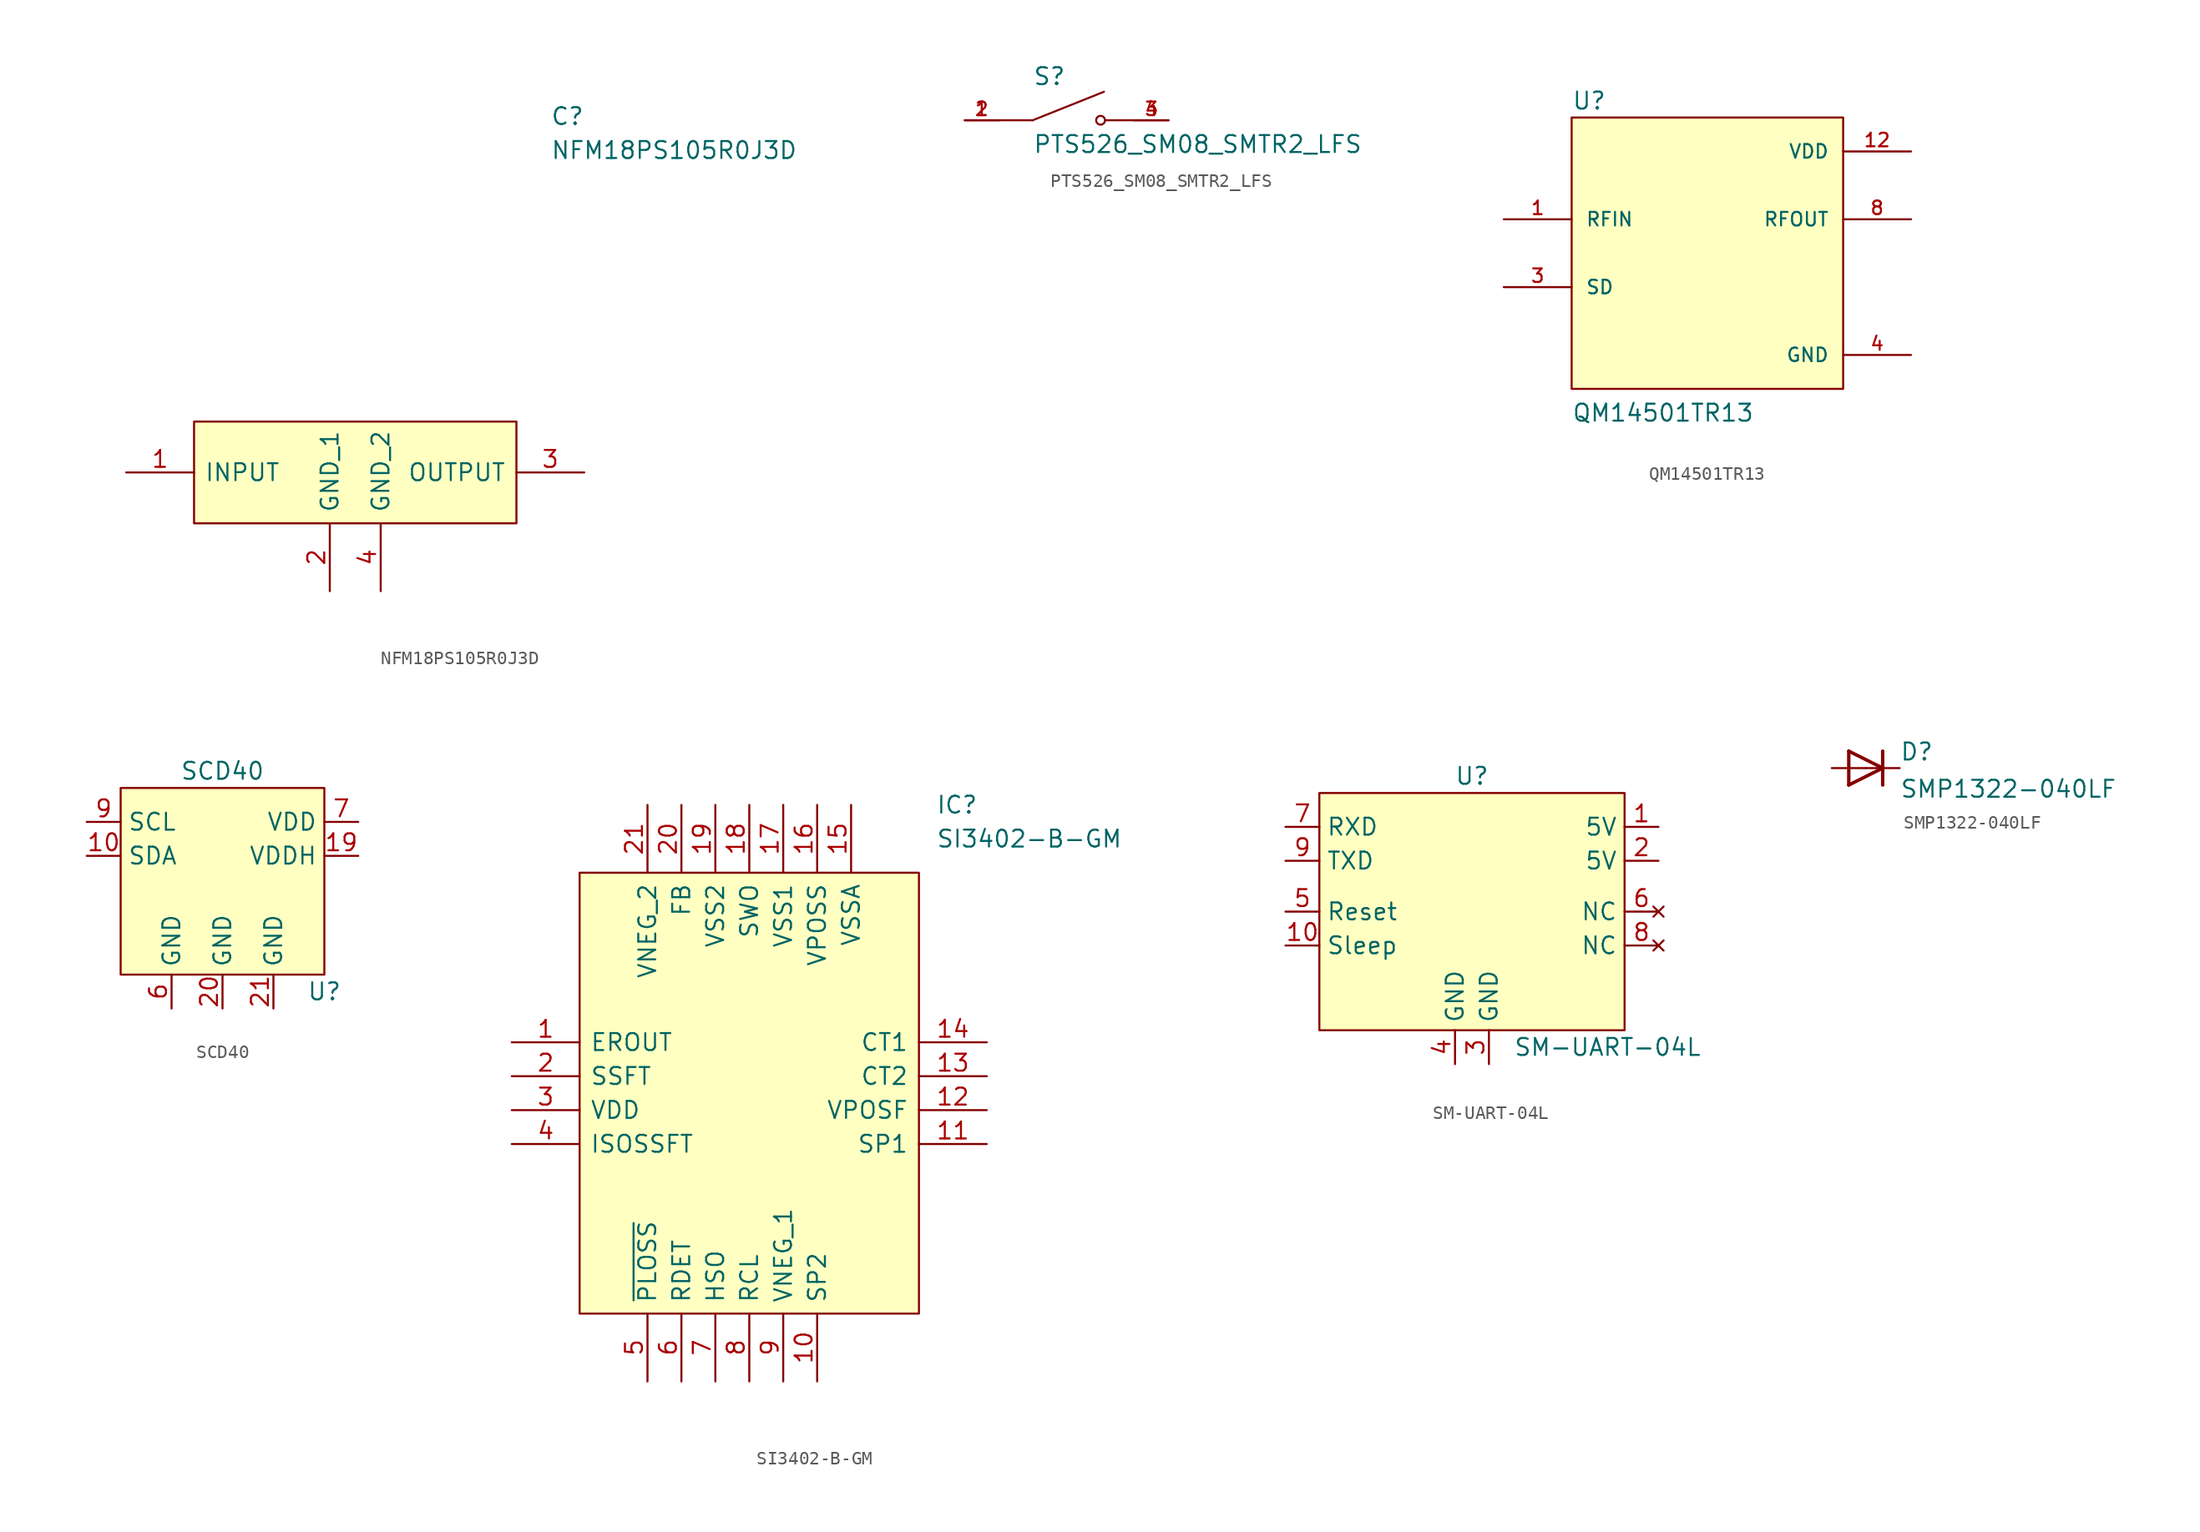
<source format=kicad_sym>
(kicad_symbol_lib
  (version 20211014)
  (generator kicad_symbol_editor)
  (symbol "NFM18PS105R0J3D"
    (pin_names
      (offset 0.762))
    (property "Reference" "C"
      (at 31.75 17.78 0)
      (effects (font (size 1.27 1.27)) (justify left)))
    (property "Value" "NFM18PS105R0J3D"
      (at 31.75 15.24 0)
      (effects (font (size 1.27 1.27)) (justify left)))
    (symbol "NFM18PS105R0J3D_0_0"
      (pin passive line (at 0 -8.89 0) (length 5.08) (name "INPUT" (effects (font (size 1.27 1.27)))) (number "1" (effects (font (size 1.27 1.27)))))
      (pin passive line (at 15.24 -17.78 90) (length 5.08) (name "GND_1" (effects (font (size 1.27 1.27)))) (number "2" (effects (font (size 1.27 1.27)))))
      (pin passive line (at 34.29 -8.89 180) (length 5.08) (name "OUTPUT" (effects (font (size 1.27 1.27)))) (number "3" (effects (font (size 1.27 1.27)))))
      (pin passive line (at 19.05 -17.78 90) (length 5.08) (name "GND_2" (effects (font (size 1.27 1.27)))) (number "4" (effects (font (size 1.27 1.27))))))
    (symbol "NFM18PS105R0J3D_0_1"
      (rectangle (start 5.08 -5.08) (end 29.21 -12.7) (stroke (width 0.152) (type default) (color 0 0 0 0)) (fill (type background)))))
  (symbol "PTS526_SM08_SMTR2_LFS"
    (pin_names
      (offset 1.016) hide)
    (property "Reference" "S"
      (at -2.54 2.54 0)
      (effects (font (size 1.27 1.27)) (justify left bottom)))
    (property "Value" "PTS526_SM08_SMTR2_LFS"
      (at -2.54 -2.54 0)
      (effects (font (size 1.27 1.27)) (justify left bottom)))
    (property "ki_locked" ""
      (at 0 0 0)
      (effects (font (size 1.27 1.27))))
    (symbol "PTS526_SM08_SMTR2_LFS_0_0"
      (polyline (pts (xy -2.54 0) (xy -5.08 0)) (stroke (width 0.152) (type default) (color 0 0 0 0)) (fill (type none)))
      (polyline (pts (xy -2.54 0) (xy 2.794 2.134)) (stroke (width 0.152) (type default) (color 0 0 0 0)) (fill (type none)))
      (polyline (pts (xy 5.08 0) (xy 2.921 0)) (stroke (width 0.152) (type default) (color 0 0 0 0)) (fill (type none)))
      (circle (center 2.54 0) (radius 0.33) (stroke (width 0.152) (type default) (color 0 0 0 0)) (fill (type none)))
      (pin passive line (at -7.62 0 0) (length 2.54) (name "~" (effects (font (size 1.016 1.016)))) (number "1" (effects (font (size 1.016 1.016)))))
      (pin passive line (at -7.62 0 0) (length 2.54) (name "~" (effects (font (size 1.016 1.016)))) (number "2" (effects (font (size 1.016 1.016)))))
      (pin passive line (at 7.62 0 180) (length 2.54) (name "~" (effects (font (size 1.016 1.016)))) (number "3" (effects (font (size 1.016 1.016)))))
      (pin passive line (at 7.62 0 180) (length 2.54) (name "~" (effects (font (size 1.016 1.016)))) (number "4" (effects (font (size 1.016 1.016)))))))
  (symbol "QM14501TR13"
    (pin_names
      (offset 1.016))
    (property "Reference" "U"
      (at -10.16 10.668 0)
      (effects (font (size 1.27 1.27)) (justify left bottom)))
    (property "Value" "QM14501TR13"
      (at -10.16 -12.7 0)
      (effects (font (size 1.27 1.27)) (justify left bottom)))
    (property "ki_locked" ""
      (at 0 0 0)
      (effects (font (size 1.27 1.27))))
    (symbol "QM14501TR13_0_0"
      (rectangle (start -10.16 -10.16) (end 10.16 10.16) (stroke (width 0.152) (type default) (color 0 0 0 0)) (fill (type background)))
      (pin input line (at -15.24 2.54 0) (length 5.08) (name "RFIN" (effects (font (size 1.016 1.016)))) (number "1" (effects (font (size 1.016 1.016)))))
      (pin power_in line (at 15.24 7.62 180) (length 5.08) (name "VDD" (effects (font (size 1.016 1.016)))) (number "12" (effects (font (size 1.016 1.016)))))
      (pin input line (at -15.24 -2.54 0) (length 5.08) (name "SD" (effects (font (size 1.016 1.016)))) (number "3" (effects (font (size 1.016 1.016)))))
      (pin power_in line (at 15.24 -7.62 180) (length 5.08) (name "GND" (effects (font (size 1.016 1.016)))) (number "4" (effects (font (size 1.016 1.016)))))
      (pin output line (at 15.24 2.54 180) (length 5.08) (name "RFOUT" (effects (font (size 1.016 1.016)))) (number "8" (effects (font (size 1.016 1.016)))))))
  (symbol "SCD40"
    (property "Reference" "U"
      (at 7.62 -10.16 0)
      (effects (font (size 1.27 1.27))))
    (property "Value" "SCD40"
      (at 0 6.35 0)
      (effects (font (size 1.27 1.27))))
    (symbol "SCD40_0_1"
      (rectangle (start -7.62 5.08) (end 7.62 -8.89) (stroke (width 0.152) (type default) (color 0 0 0 0)) (fill (type background))))
    (symbol "SCD40_1_1"
      (pin input line (at -10.16 0 0) (length 2.54) (name "SDA" (effects (font (size 1.27 1.27)))) (number "10" (effects (font (size 1.27 1.27)))))
      (pin input line (at 10.16 0 180) (length 2.54) (name "VDDH" (effects (font (size 1.27 1.27)))) (number "19" (effects (font (size 1.27 1.27)))))
      (pin input line (at 0 -11.43 90) (length 2.54) (name "GND" (effects (font (size 1.27 1.27)))) (number "20" (effects (font (size 1.27 1.27)))))
      (pin input line (at 3.81 -11.43 90) (length 2.54) (name "GND" (effects (font (size 1.27 1.27)))) (number "21" (effects (font (size 1.27 1.27)))))
      (pin input line (at -3.81 -11.43 90) (length 2.54) (name "GND" (effects (font (size 1.27 1.27)))) (number "6" (effects (font (size 1.27 1.27)))))
      (pin input line (at 10.16 2.54 180) (length 2.54) (name "VDD" (effects (font (size 1.27 1.27)))) (number "7" (effects (font (size 1.27 1.27)))))
      (pin input line (at -10.16 2.54 0) (length 2.54) (name "SCL" (effects (font (size 1.27 1.27)))) (number "9" (effects (font (size 1.27 1.27)))))))
  (symbol "SI3402-B-GM"
    (pin_names
      (offset 0.762))
    (property "Reference" "IC"
      (at 31.75 17.78 0)
      (effects (font (size 1.27 1.27)) (justify left)))
    (property "Value" "SI3402-B-GM"
      (at 31.75 15.24 0)
      (effects (font (size 1.27 1.27)) (justify left)))
    (symbol "SI3402-B-GM_0_0"
      (pin output line (at 0 0 0) (length 5.08) (name "EROUT" (effects (font (size 1.27 1.27)))) (number "1" (effects (font (size 1.27 1.27)))))
      (pin power_in line (at 22.86 -25.4 90) (length 5.08) (name "SP2" (effects (font (size 1.27 1.27)))) (number "10" (effects (font (size 1.27 1.27)))))
      (pin power_in line (at 35.56 -7.62 180) (length 5.08) (name "SP1" (effects (font (size 1.27 1.27)))) (number "11" (effects (font (size 1.27 1.27)))))
      (pin power_in line (at 35.56 -5.08 180) (length 5.08) (name "VPOSF" (effects (font (size 1.27 1.27)))) (number "12" (effects (font (size 1.27 1.27)))))
      (pin power_in line (at 35.56 -2.54 180) (length 5.08) (name "CT2" (effects (font (size 1.27 1.27)))) (number "13" (effects (font (size 1.27 1.27)))))
      (pin power_in line (at 35.56 0 180) (length 5.08) (name "CT1" (effects (font (size 1.27 1.27)))) (number "14" (effects (font (size 1.27 1.27)))))
      (pin power_in line (at 25.4 17.78 270) (length 5.08) (name "VSSA" (effects (font (size 1.27 1.27)))) (number "15" (effects (font (size 1.27 1.27)))))
      (pin unspecified line (at 22.86 17.78 270) (length 5.08) (name "VPOSS" (effects (font (size 1.27 1.27)))) (number "16" (effects (font (size 1.27 1.27)))))
      (pin unspecified line (at 20.32 17.78 270) (length 5.08) (name "VSS1" (effects (font (size 1.27 1.27)))) (number "17" (effects (font (size 1.27 1.27)))))
      (pin output line (at 17.78 17.78 270) (length 5.08) (name "SWO" (effects (font (size 1.27 1.27)))) (number "18" (effects (font (size 1.27 1.27)))))
      (pin power_in line (at 15.24 17.78 270) (length 5.08) (name "VSS2" (effects (font (size 1.27 1.27)))) (number "19" (effects (font (size 1.27 1.27)))))
      (pin unspecified line (at 0 -2.54 0) (length 5.08) (name "SSFT" (effects (font (size 1.27 1.27)))) (number "2" (effects (font (size 1.27 1.27)))))
      (pin input line (at 12.7 17.78 270) (length 5.08) (name "FB" (effects (font (size 1.27 1.27)))) (number "20" (effects (font (size 1.27 1.27)))))
      (pin power_in line (at 10.16 17.78 270) (length 5.08) (name "VNEG_2" (effects (font (size 1.27 1.27)))) (number "21" (effects (font (size 1.27 1.27)))))
      (pin power_in line (at 0 -5.08 0) (length 5.08) (name "VDD" (effects (font (size 1.27 1.27)))) (number "3" (effects (font (size 1.27 1.27)))))
      (pin unspecified line (at 0 -7.62 0) (length 5.08) (name "ISOSSFT" (effects (font (size 1.27 1.27)))) (number "4" (effects (font (size 1.27 1.27)))))
      (pin output line (at 10.16 -25.4 90) (length 5.08) (name "~{PLOSS}" (effects (font (size 1.27 1.27)))) (number "5" (effects (font (size 1.27 1.27)))))
      (pin input line (at 12.7 -25.4 90) (length 5.08) (name "RDET" (effects (font (size 1.27 1.27)))) (number "6" (effects (font (size 1.27 1.27)))))
      (pin output line (at 15.24 -25.4 90) (length 5.08) (name "HSO" (effects (font (size 1.27 1.27)))) (number "7" (effects (font (size 1.27 1.27)))))
      (pin input line (at 17.78 -25.4 90) (length 5.08) (name "RCL" (effects (font (size 1.27 1.27)))) (number "8" (effects (font (size 1.27 1.27)))))
      (pin power_in line (at 20.32 -25.4 90) (length 5.08) (name "VNEG_1" (effects (font (size 1.27 1.27)))) (number "9" (effects (font (size 1.27 1.27))))))
    (symbol "SI3402-B-GM_0_1"
      (polyline (pts (xy 5.08 12.7) (xy 30.48 12.7) (xy 30.48 -20.32) (xy 5.08 -20.32) (xy 5.08 12.7)) (stroke (width 0.152) (type default) (color 0 0 0 0)) (fill (type background)))))
  (symbol "SM-UART-04L"
    (property "Reference" "U"
      (at 0 10.16 0)
      (effects (font (size 1.27 1.27))))
    (property "Value" "SM-UART-04L"
      (at 10.16 -10.16 0)
      (effects (font (size 1.27 1.27))))
    (symbol "SM-UART-04L_0_1"
      (rectangle (start -11.43 8.89) (end 11.43 -8.89) (stroke (width 0) (type default) (color 0 0 0 0)) (fill (type background))))
    (symbol "SM-UART-04L_1_1"
      (pin input line (at 13.97 6.35 180) (length 2.54) (name "5V" (effects (font (size 1.27 1.27)))) (number "1" (effects (font (size 1.27 1.27)))))
      (pin input line (at -13.97 -2.54 0) (length 2.54) (name "Sleep" (effects (font (size 1.27 1.27)))) (number "10" (effects (font (size 1.27 1.27)))))
      (pin input line (at 13.97 3.81 180) (length 2.54) (name "5V" (effects (font (size 1.27 1.27)))) (number "2" (effects (font (size 1.27 1.27)))))
      (pin input line (at 1.27 -11.43 90) (length 2.54) (name "GND" (effects (font (size 1.27 1.27)))) (number "3" (effects (font (size 1.27 1.27)))))
      (pin input line (at -1.27 -11.43 90) (length 2.54) (name "GND" (effects (font (size 1.27 1.27)))) (number "4" (effects (font (size 1.27 1.27)))))
      (pin input line (at -13.97 0 0) (length 2.54) (name "Reset" (effects (font (size 1.27 1.27)))) (number "5" (effects (font (size 1.27 1.27)))))
      (pin no_connect line (at 13.97 0 180) (length 2.54) (name "NC" (effects (font (size 1.27 1.27)))) (number "6" (effects (font (size 1.27 1.27)))))
      (pin output line (at -13.97 6.35 0) (length 2.54) (name "RXD" (effects (font (size 1.27 1.27)))) (number "7" (effects (font (size 1.27 1.27)))))
      (pin no_connect line (at 13.97 -2.54 180) (length 2.54) (name "NC" (effects (font (size 1.27 1.27)))) (number "8" (effects (font (size 1.27 1.27)))))
      (pin input line (at -13.97 3.81 0) (length 2.54) (name "TXD" (effects (font (size 1.27 1.27)))) (number "9" (effects (font (size 1.27 1.27)))))))
  (symbol "SMP1322-040LF"
    (pin_numbers hide)
    (pin_names
      (offset 1.016) hide)
    (property "Reference" "D"
      (at 2.54 0.483 0)
      (effects (font (size 1.27 1.27)) (justify left bottom)))
    (property "Value" "SMP1322-040LF"
      (at 2.54 -2.311 0)
      (effects (font (size 1.27 1.27)) (justify left bottom)))
    (property "ki_locked" ""
      (at 0 0 0)
      (effects (font (size 1.27 1.27))))
    (symbol "SMP1322-040LF_0_0"
      (polyline (pts (xy -1.27 -1.27) (xy 1.27 0)) (stroke (width 0.254) (type default) (color 0 0 0 0)) (fill (type none)))
      (polyline (pts (xy -1.27 1.27) (xy -1.27 -1.27)) (stroke (width 0.254) (type default) (color 0 0 0 0)) (fill (type none)))
      (polyline (pts (xy 1.27 0) (xy -1.27 1.27)) (stroke (width 0.254) (type default) (color 0 0 0 0)) (fill (type none)))
      (polyline (pts (xy 1.27 0) (xy 1.27 -1.27)) (stroke (width 0.254) (type default) (color 0 0 0 0)) (fill (type none)))
      (polyline (pts (xy 1.27 1.27) (xy 1.27 0)) (stroke (width 0.254) (type default) (color 0 0 0 0)) (fill (type none)))
      (pin passive line (at -2.54 0 0) (length 2.54) (name "~" (effects (font (size 1.016 1.016)))) (number "1" (effects (font (size 1.016 1.016)))))
      (pin passive line (at 2.54 0 180) (length 2.54) (name "~" (effects (font (size 1.016 1.016)))) (number "2" (effects (font (size 1.016 1.016))))))))
</source>
